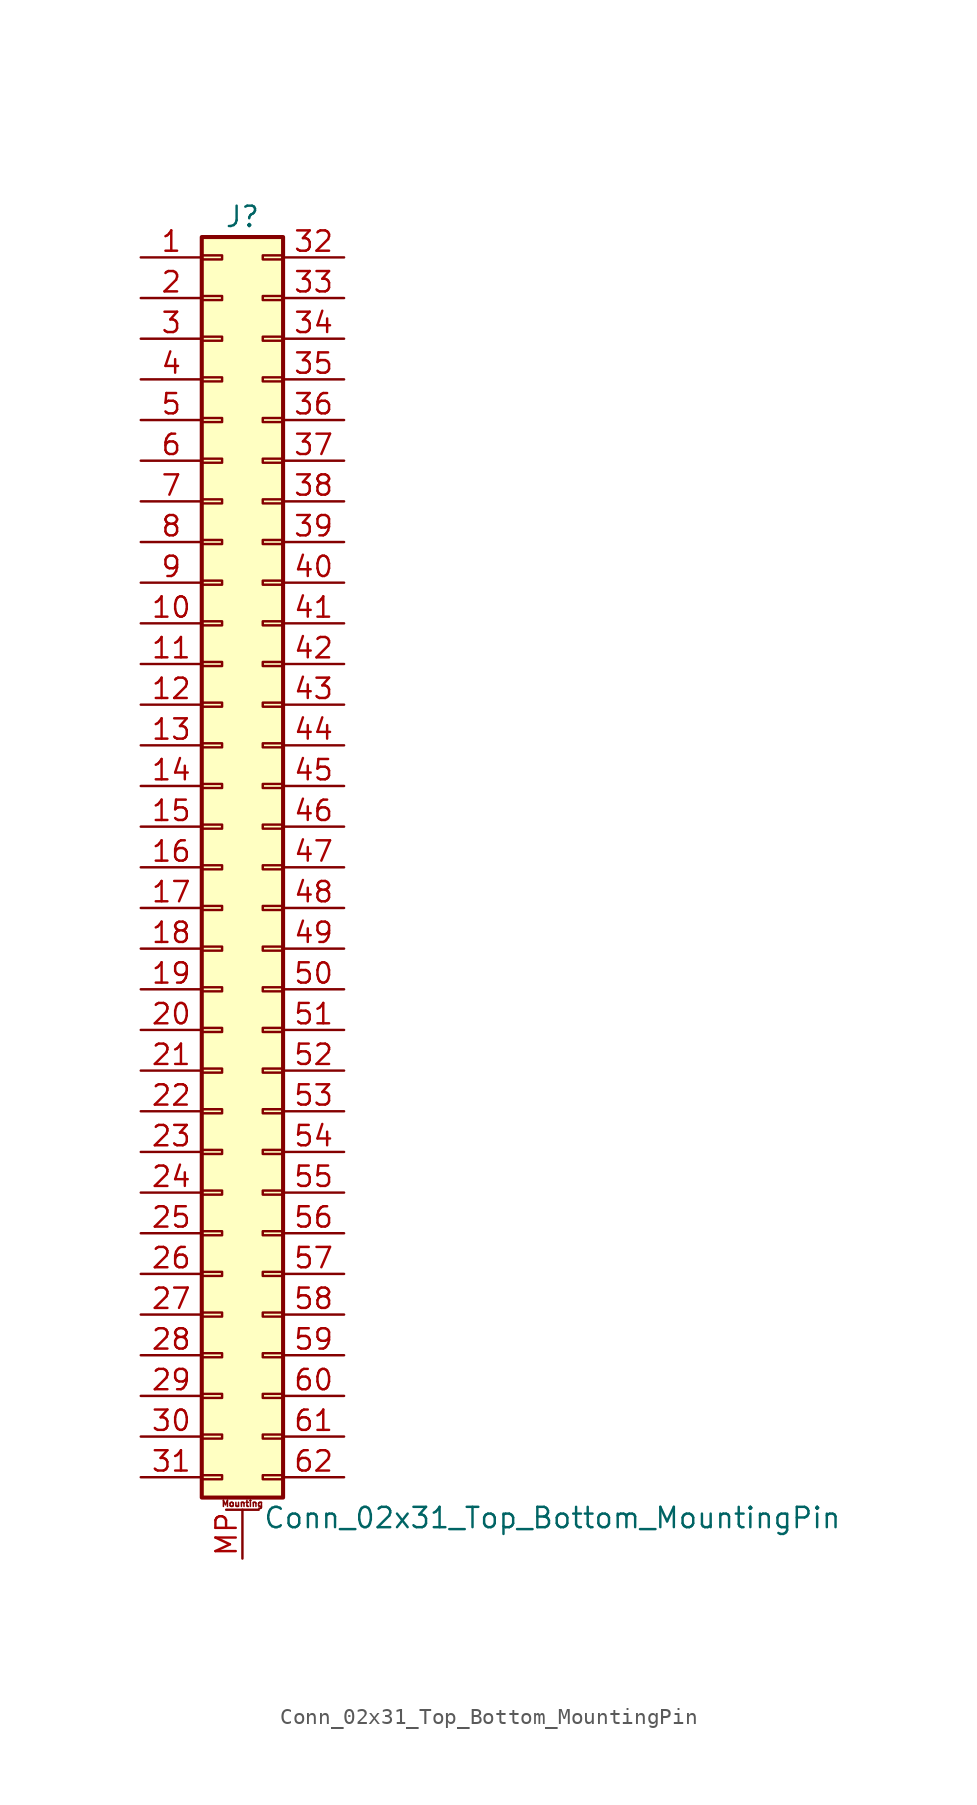
<source format=kicad_sym>
(kicad_symbol_lib
  (version 20201005)
  (generator kicad_symbol_editor)
  (symbol "Conn_02x31_Top_Bottom_MountingPin"
    (pin_names
      (offset 1.016) hide)
    (property "Reference" "J"
      (at 1.27 40.64 0)
      (effects (font (size 1.27 1.27))))
    (property "Value" "Conn_02x31_Top_Bottom_MountingPin"
      (at 2.54 -40.64 0)
      (effects (font (size 1.27 1.27)) (justify left)))
    (symbol "Conn_02x31_Top_Bottom_MountingPin_1_1"
      (text "Mounting" (at 1.27 -39.751 0) (effects (font (size 0.381 0.381))))
      (rectangle (start -1.27 -37.973) (end 0 -38.227) (stroke (width 0.152)) (fill (type none)))
      (rectangle (start -1.27 -35.433) (end 0 -35.687) (stroke (width 0.152)) (fill (type none)))
      (rectangle (start -1.27 -32.893) (end 0 -33.147) (stroke (width 0.152)) (fill (type none)))
      (rectangle (start -1.27 -30.353) (end 0 -30.607) (stroke (width 0.152)) (fill (type none)))
      (rectangle (start -1.27 -27.813) (end 0 -28.067) (stroke (width 0.152)) (fill (type none)))
      (rectangle (start -1.27 -25.273) (end 0 -25.527) (stroke (width 0.152)) (fill (type none)))
      (rectangle (start -1.27 -22.733) (end 0 -22.987) (stroke (width 0.152)) (fill (type none)))
      (rectangle (start -1.27 -20.193) (end 0 -20.447) (stroke (width 0.152)) (fill (type none)))
      (rectangle (start -1.27 -17.653) (end 0 -17.907) (stroke (width 0.152)) (fill (type none)))
      (rectangle (start -1.27 -15.113) (end 0 -15.367) (stroke (width 0.152)) (fill (type none)))
      (rectangle (start -1.27 -12.573) (end 0 -12.827) (stroke (width 0.152)) (fill (type none)))
      (rectangle (start -1.27 -10.033) (end 0 -10.287) (stroke (width 0.152)) (fill (type none)))
      (rectangle (start -1.27 -7.493) (end 0 -7.747) (stroke (width 0.152)) (fill (type none)))
      (rectangle (start -1.27 -4.953) (end 0 -5.207) (stroke (width 0.152)) (fill (type none)))
      (rectangle (start -1.27 -2.413) (end 0 -2.667) (stroke (width 0.152)) (fill (type none)))
      (rectangle (start -1.27 0.127) (end 0 -0.127) (stroke (width 0.152)) (fill (type none)))
      (rectangle (start -1.27 2.667) (end 0 2.413) (stroke (width 0.152)) (fill (type none)))
      (rectangle (start -1.27 5.207) (end 0 4.953) (stroke (width 0.152)) (fill (type none)))
      (rectangle (start -1.27 7.747) (end 0 7.493) (stroke (width 0.152)) (fill (type none)))
      (rectangle (start -1.27 10.287) (end 0 10.033) (stroke (width 0.152)) (fill (type none)))
      (rectangle (start -1.27 12.827) (end 0 12.573) (stroke (width 0.152)) (fill (type none)))
      (rectangle (start -1.27 15.367) (end 0 15.113) (stroke (width 0.152)) (fill (type none)))
      (rectangle (start -1.27 17.907) (end 0 17.653) (stroke (width 0.152)) (fill (type none)))
      (rectangle (start -1.27 20.447) (end 0 20.193) (stroke (width 0.152)) (fill (type none)))
      (rectangle (start -1.27 22.987) (end 0 22.733) (stroke (width 0.152)) (fill (type none)))
      (rectangle (start -1.27 25.527) (end 0 25.273) (stroke (width 0.152)) (fill (type none)))
      (rectangle (start -1.27 28.067) (end 0 27.813) (stroke (width 0.152)) (fill (type none)))
      (rectangle (start -1.27 30.607) (end 0 30.353) (stroke (width 0.152)) (fill (type none)))
      (rectangle (start -1.27 33.147) (end 0 32.893) (stroke (width 0.152)) (fill (type none)))
      (rectangle (start -1.27 35.687) (end 0 35.433) (stroke (width 0.152)) (fill (type none)))
      (rectangle (start -1.27 38.227) (end 0 37.973) (stroke (width 0.152)) (fill (type none)))
      (rectangle (start 3.81 -37.973) (end 2.54 -38.227) (stroke (width 0.152)) (fill (type none)))
      (rectangle (start 3.81 -35.433) (end 2.54 -35.687) (stroke (width 0.152)) (fill (type none)))
      (rectangle (start 3.81 -32.893) (end 2.54 -33.147) (stroke (width 0.152)) (fill (type none)))
      (rectangle (start 3.81 -30.353) (end 2.54 -30.607) (stroke (width 0.152)) (fill (type none)))
      (rectangle (start 3.81 -27.813) (end 2.54 -28.067) (stroke (width 0.152)) (fill (type none)))
      (rectangle (start 3.81 -25.273) (end 2.54 -25.527) (stroke (width 0.152)) (fill (type none)))
      (rectangle (start 3.81 -22.733) (end 2.54 -22.987) (stroke (width 0.152)) (fill (type none)))
      (rectangle (start 3.81 -20.193) (end 2.54 -20.447) (stroke (width 0.152)) (fill (type none)))
      (rectangle (start 3.81 -17.653) (end 2.54 -17.907) (stroke (width 0.152)) (fill (type none)))
      (rectangle (start 3.81 -15.113) (end 2.54 -15.367) (stroke (width 0.152)) (fill (type none)))
      (rectangle (start 3.81 -12.573) (end 2.54 -12.827) (stroke (width 0.152)) (fill (type none)))
      (rectangle (start 3.81 -10.033) (end 2.54 -10.287) (stroke (width 0.152)) (fill (type none)))
      (rectangle (start 3.81 -7.493) (end 2.54 -7.747) (stroke (width 0.152)) (fill (type none)))
      (rectangle (start 3.81 -4.953) (end 2.54 -5.207) (stroke (width 0.152)) (fill (type none)))
      (rectangle (start 3.81 -2.413) (end 2.54 -2.667) (stroke (width 0.152)) (fill (type none)))
      (rectangle (start 3.81 0.127) (end 2.54 -0.127) (stroke (width 0.152)) (fill (type none)))
      (rectangle (start 3.81 2.667) (end 2.54 2.413) (stroke (width 0.152)) (fill (type none)))
      (rectangle (start 3.81 5.207) (end 2.54 4.953) (stroke (width 0.152)) (fill (type none)))
      (rectangle (start 3.81 7.747) (end 2.54 7.493) (stroke (width 0.152)) (fill (type none)))
      (rectangle (start 3.81 10.287) (end 2.54 10.033) (stroke (width 0.152)) (fill (type none)))
      (rectangle (start 3.81 12.827) (end 2.54 12.573) (stroke (width 0.152)) (fill (type none)))
      (rectangle (start 3.81 15.367) (end 2.54 15.113) (stroke (width 0.152)) (fill (type none)))
      (rectangle (start 3.81 17.907) (end 2.54 17.653) (stroke (width 0.152)) (fill (type none)))
      (rectangle (start 3.81 20.447) (end 2.54 20.193) (stroke (width 0.152)) (fill (type none)))
      (rectangle (start 3.81 22.987) (end 2.54 22.733) (stroke (width 0.152)) (fill (type none)))
      (rectangle (start 3.81 25.527) (end 2.54 25.273) (stroke (width 0.152)) (fill (type none)))
      (rectangle (start 3.81 28.067) (end 2.54 27.813) (stroke (width 0.152)) (fill (type none)))
      (rectangle (start 3.81 30.607) (end 2.54 30.353) (stroke (width 0.152)) (fill (type none)))
      (rectangle (start 3.81 33.147) (end 2.54 32.893) (stroke (width 0.152)) (fill (type none)))
      (rectangle (start 3.81 35.687) (end 2.54 35.433) (stroke (width 0.152)) (fill (type none)))
      (rectangle (start 3.81 38.227) (end 2.54 37.973) (stroke (width 0.152)) (fill (type none)))
      (rectangle (start -1.27 39.37) (end 3.81 -39.37) (stroke (width 0.254)) (fill (type background)))
      (polyline (pts (xy 0.254 -40.132) (xy 2.286 -40.132)) (stroke (width 0.152)) (fill (type none)))
      (pin passive line (at -5.08 38.1 0) (length 3.81) (name "Pin_1" (effects (font (size 1.27 1.27)))) (number "1" (effects (font (size 1.27 1.27)))))
      (pin passive line (at -5.08 15.24 0) (length 3.81) (name "Pin_10" (effects (font (size 1.27 1.27)))) (number "10" (effects (font (size 1.27 1.27)))))
      (pin passive line (at -5.08 12.7 0) (length 3.81) (name "Pin_11" (effects (font (size 1.27 1.27)))) (number "11" (effects (font (size 1.27 1.27)))))
      (pin passive line (at -5.08 10.16 0) (length 3.81) (name "Pin_12" (effects (font (size 1.27 1.27)))) (number "12" (effects (font (size 1.27 1.27)))))
      (pin passive line (at -5.08 7.62 0) (length 3.81) (name "Pin_13" (effects (font (size 1.27 1.27)))) (number "13" (effects (font (size 1.27 1.27)))))
      (pin passive line (at -5.08 5.08 0) (length 3.81) (name "Pin_14" (effects (font (size 1.27 1.27)))) (number "14" (effects (font (size 1.27 1.27)))))
      (pin passive line (at -5.08 2.54 0) (length 3.81) (name "Pin_15" (effects (font (size 1.27 1.27)))) (number "15" (effects (font (size 1.27 1.27)))))
      (pin passive line (at -5.08 0 0) (length 3.81) (name "Pin_16" (effects (font (size 1.27 1.27)))) (number "16" (effects (font (size 1.27 1.27)))))
      (pin passive line (at -5.08 -2.54 0) (length 3.81) (name "Pin_17" (effects (font (size 1.27 1.27)))) (number "17" (effects (font (size 1.27 1.27)))))
      (pin passive line (at -5.08 -5.08 0) (length 3.81) (name "Pin_18" (effects (font (size 1.27 1.27)))) (number "18" (effects (font (size 1.27 1.27)))))
      (pin passive line (at -5.08 -7.62 0) (length 3.81) (name "Pin_19" (effects (font (size 1.27 1.27)))) (number "19" (effects (font (size 1.27 1.27)))))
      (pin passive line (at -5.08 35.56 0) (length 3.81) (name "Pin_2" (effects (font (size 1.27 1.27)))) (number "2" (effects (font (size 1.27 1.27)))))
      (pin passive line (at -5.08 -10.16 0) (length 3.81) (name "Pin_20" (effects (font (size 1.27 1.27)))) (number "20" (effects (font (size 1.27 1.27)))))
      (pin passive line (at -5.08 -12.7 0) (length 3.81) (name "Pin_21" (effects (font (size 1.27 1.27)))) (number "21" (effects (font (size 1.27 1.27)))))
      (pin passive line (at -5.08 -15.24 0) (length 3.81) (name "Pin_22" (effects (font (size 1.27 1.27)))) (number "22" (effects (font (size 1.27 1.27)))))
      (pin passive line (at -5.08 -17.78 0) (length 3.81) (name "Pin_23" (effects (font (size 1.27 1.27)))) (number "23" (effects (font (size 1.27 1.27)))))
      (pin passive line (at -5.08 -20.32 0) (length 3.81) (name "Pin_24" (effects (font (size 1.27 1.27)))) (number "24" (effects (font (size 1.27 1.27)))))
      (pin passive line (at -5.08 -22.86 0) (length 3.81) (name "Pin_25" (effects (font (size 1.27 1.27)))) (number "25" (effects (font (size 1.27 1.27)))))
      (pin passive line (at -5.08 -25.4 0) (length 3.81) (name "Pin_26" (effects (font (size 1.27 1.27)))) (number "26" (effects (font (size 1.27 1.27)))))
      (pin passive line (at -5.08 -27.94 0) (length 3.81) (name "Pin_27" (effects (font (size 1.27 1.27)))) (number "27" (effects (font (size 1.27 1.27)))))
      (pin passive line (at -5.08 -30.48 0) (length 3.81) (name "Pin_28" (effects (font (size 1.27 1.27)))) (number "28" (effects (font (size 1.27 1.27)))))
      (pin passive line (at -5.08 -33.02 0) (length 3.81) (name "Pin_29" (effects (font (size 1.27 1.27)))) (number "29" (effects (font (size 1.27 1.27)))))
      (pin passive line (at -5.08 33.02 0) (length 3.81) (name "Pin_3" (effects (font (size 1.27 1.27)))) (number "3" (effects (font (size 1.27 1.27)))))
      (pin passive line (at -5.08 -35.56 0) (length 3.81) (name "Pin_30" (effects (font (size 1.27 1.27)))) (number "30" (effects (font (size 1.27 1.27)))))
      (pin passive line (at -5.08 -38.1 0) (length 3.81) (name "Pin_31" (effects (font (size 1.27 1.27)))) (number "31" (effects (font (size 1.27 1.27)))))
      (pin passive line (at 7.62 38.1 180) (length 3.81) (name "Pin_32" (effects (font (size 1.27 1.27)))) (number "32" (effects (font (size 1.27 1.27)))))
      (pin passive line (at 7.62 35.56 180) (length 3.81) (name "Pin_33" (effects (font (size 1.27 1.27)))) (number "33" (effects (font (size 1.27 1.27)))))
      (pin passive line (at 7.62 33.02 180) (length 3.81) (name "Pin_34" (effects (font (size 1.27 1.27)))) (number "34" (effects (font (size 1.27 1.27)))))
      (pin passive line (at 7.62 30.48 180) (length 3.81) (name "Pin_35" (effects (font (size 1.27 1.27)))) (number "35" (effects (font (size 1.27 1.27)))))
      (pin passive line (at 7.62 27.94 180) (length 3.81) (name "Pin_36" (effects (font (size 1.27 1.27)))) (number "36" (effects (font (size 1.27 1.27)))))
      (pin passive line (at 7.62 25.4 180) (length 3.81) (name "Pin_37" (effects (font (size 1.27 1.27)))) (number "37" (effects (font (size 1.27 1.27)))))
      (pin passive line (at 7.62 22.86 180) (length 3.81) (name "Pin_38" (effects (font (size 1.27 1.27)))) (number "38" (effects (font (size 1.27 1.27)))))
      (pin passive line (at 7.62 20.32 180) (length 3.81) (name "Pin_39" (effects (font (size 1.27 1.27)))) (number "39" (effects (font (size 1.27 1.27)))))
      (pin passive line (at -5.08 30.48 0) (length 3.81) (name "Pin_4" (effects (font (size 1.27 1.27)))) (number "4" (effects (font (size 1.27 1.27)))))
      (pin passive line (at 7.62 17.78 180) (length 3.81) (name "Pin_40" (effects (font (size 1.27 1.27)))) (number "40" (effects (font (size 1.27 1.27)))))
      (pin passive line (at 7.62 15.24 180) (length 3.81) (name "Pin_41" (effects (font (size 1.27 1.27)))) (number "41" (effects (font (size 1.27 1.27)))))
      (pin passive line (at 7.62 12.7 180) (length 3.81) (name "Pin_42" (effects (font (size 1.27 1.27)))) (number "42" (effects (font (size 1.27 1.27)))))
      (pin passive line (at 7.62 10.16 180) (length 3.81) (name "Pin_43" (effects (font (size 1.27 1.27)))) (number "43" (effects (font (size 1.27 1.27)))))
      (pin passive line (at 7.62 7.62 180) (length 3.81) (name "Pin_44" (effects (font (size 1.27 1.27)))) (number "44" (effects (font (size 1.27 1.27)))))
      (pin passive line (at 7.62 5.08 180) (length 3.81) (name "Pin_45" (effects (font (size 1.27 1.27)))) (number "45" (effects (font (size 1.27 1.27)))))
      (pin passive line (at 7.62 2.54 180) (length 3.81) (name "Pin_46" (effects (font (size 1.27 1.27)))) (number "46" (effects (font (size 1.27 1.27)))))
      (pin passive line (at 7.62 0 180) (length 3.81) (name "Pin_47" (effects (font (size 1.27 1.27)))) (number "47" (effects (font (size 1.27 1.27)))))
      (pin passive line (at 7.62 -2.54 180) (length 3.81) (name "Pin_48" (effects (font (size 1.27 1.27)))) (number "48" (effects (font (size 1.27 1.27)))))
      (pin passive line (at 7.62 -5.08 180) (length 3.81) (name "Pin_49" (effects (font (size 1.27 1.27)))) (number "49" (effects (font (size 1.27 1.27)))))
      (pin passive line (at -5.08 27.94 0) (length 3.81) (name "Pin_5" (effects (font (size 1.27 1.27)))) (number "5" (effects (font (size 1.27 1.27)))))
      (pin passive line (at 7.62 -7.62 180) (length 3.81) (name "Pin_50" (effects (font (size 1.27 1.27)))) (number "50" (effects (font (size 1.27 1.27)))))
      (pin passive line (at 7.62 -10.16 180) (length 3.81) (name "Pin_51" (effects (font (size 1.27 1.27)))) (number "51" (effects (font (size 1.27 1.27)))))
      (pin passive line (at 7.62 -12.7 180) (length 3.81) (name "Pin_52" (effects (font (size 1.27 1.27)))) (number "52" (effects (font (size 1.27 1.27)))))
      (pin passive line (at 7.62 -15.24 180) (length 3.81) (name "Pin_53" (effects (font (size 1.27 1.27)))) (number "53" (effects (font (size 1.27 1.27)))))
      (pin passive line (at 7.62 -17.78 180) (length 3.81) (name "Pin_54" (effects (font (size 1.27 1.27)))) (number "54" (effects (font (size 1.27 1.27)))))
      (pin passive line (at 7.62 -20.32 180) (length 3.81) (name "Pin_55" (effects (font (size 1.27 1.27)))) (number "55" (effects (font (size 1.27 1.27)))))
      (pin passive line (at 7.62 -22.86 180) (length 3.81) (name "Pin_56" (effects (font (size 1.27 1.27)))) (number "56" (effects (font (size 1.27 1.27)))))
      (pin passive line (at 7.62 -25.4 180) (length 3.81) (name "Pin_57" (effects (font (size 1.27 1.27)))) (number "57" (effects (font (size 1.27 1.27)))))
      (pin passive line (at 7.62 -27.94 180) (length 3.81) (name "Pin_58" (effects (font (size 1.27 1.27)))) (number "58" (effects (font (size 1.27 1.27)))))
      (pin passive line (at 7.62 -30.48 180) (length 3.81) (name "Pin_59" (effects (font (size 1.27 1.27)))) (number "59" (effects (font (size 1.27 1.27)))))
      (pin passive line (at -5.08 25.4 0) (length 3.81) (name "Pin_6" (effects (font (size 1.27 1.27)))) (number "6" (effects (font (size 1.27 1.27)))))
      (pin passive line (at 7.62 -33.02 180) (length 3.81) (name "Pin_60" (effects (font (size 1.27 1.27)))) (number "60" (effects (font (size 1.27 1.27)))))
      (pin passive line (at 7.62 -35.56 180) (length 3.81) (name "Pin_61" (effects (font (size 1.27 1.27)))) (number "61" (effects (font (size 1.27 1.27)))))
      (pin passive line (at 7.62 -38.1 180) (length 3.81) (name "Pin_62" (effects (font (size 1.27 1.27)))) (number "62" (effects (font (size 1.27 1.27)))))
      (pin passive line (at -5.08 22.86 0) (length 3.81) (name "Pin_7" (effects (font (size 1.27 1.27)))) (number "7" (effects (font (size 1.27 1.27)))))
      (pin passive line (at -5.08 20.32 0) (length 3.81) (name "Pin_8" (effects (font (size 1.27 1.27)))) (number "8" (effects (font (size 1.27 1.27)))))
      (pin passive line (at -5.08 17.78 0) (length 3.81) (name "Pin_9" (effects (font (size 1.27 1.27)))) (number "9" (effects (font (size 1.27 1.27)))))
      (pin passive line (at 1.27 -43.18 90) (length 3.048) (name "MountPin" (effects (font (size 1.27 1.27)))) (number "MP" (effects (font (size 1.27 1.27))))))))
</source>
